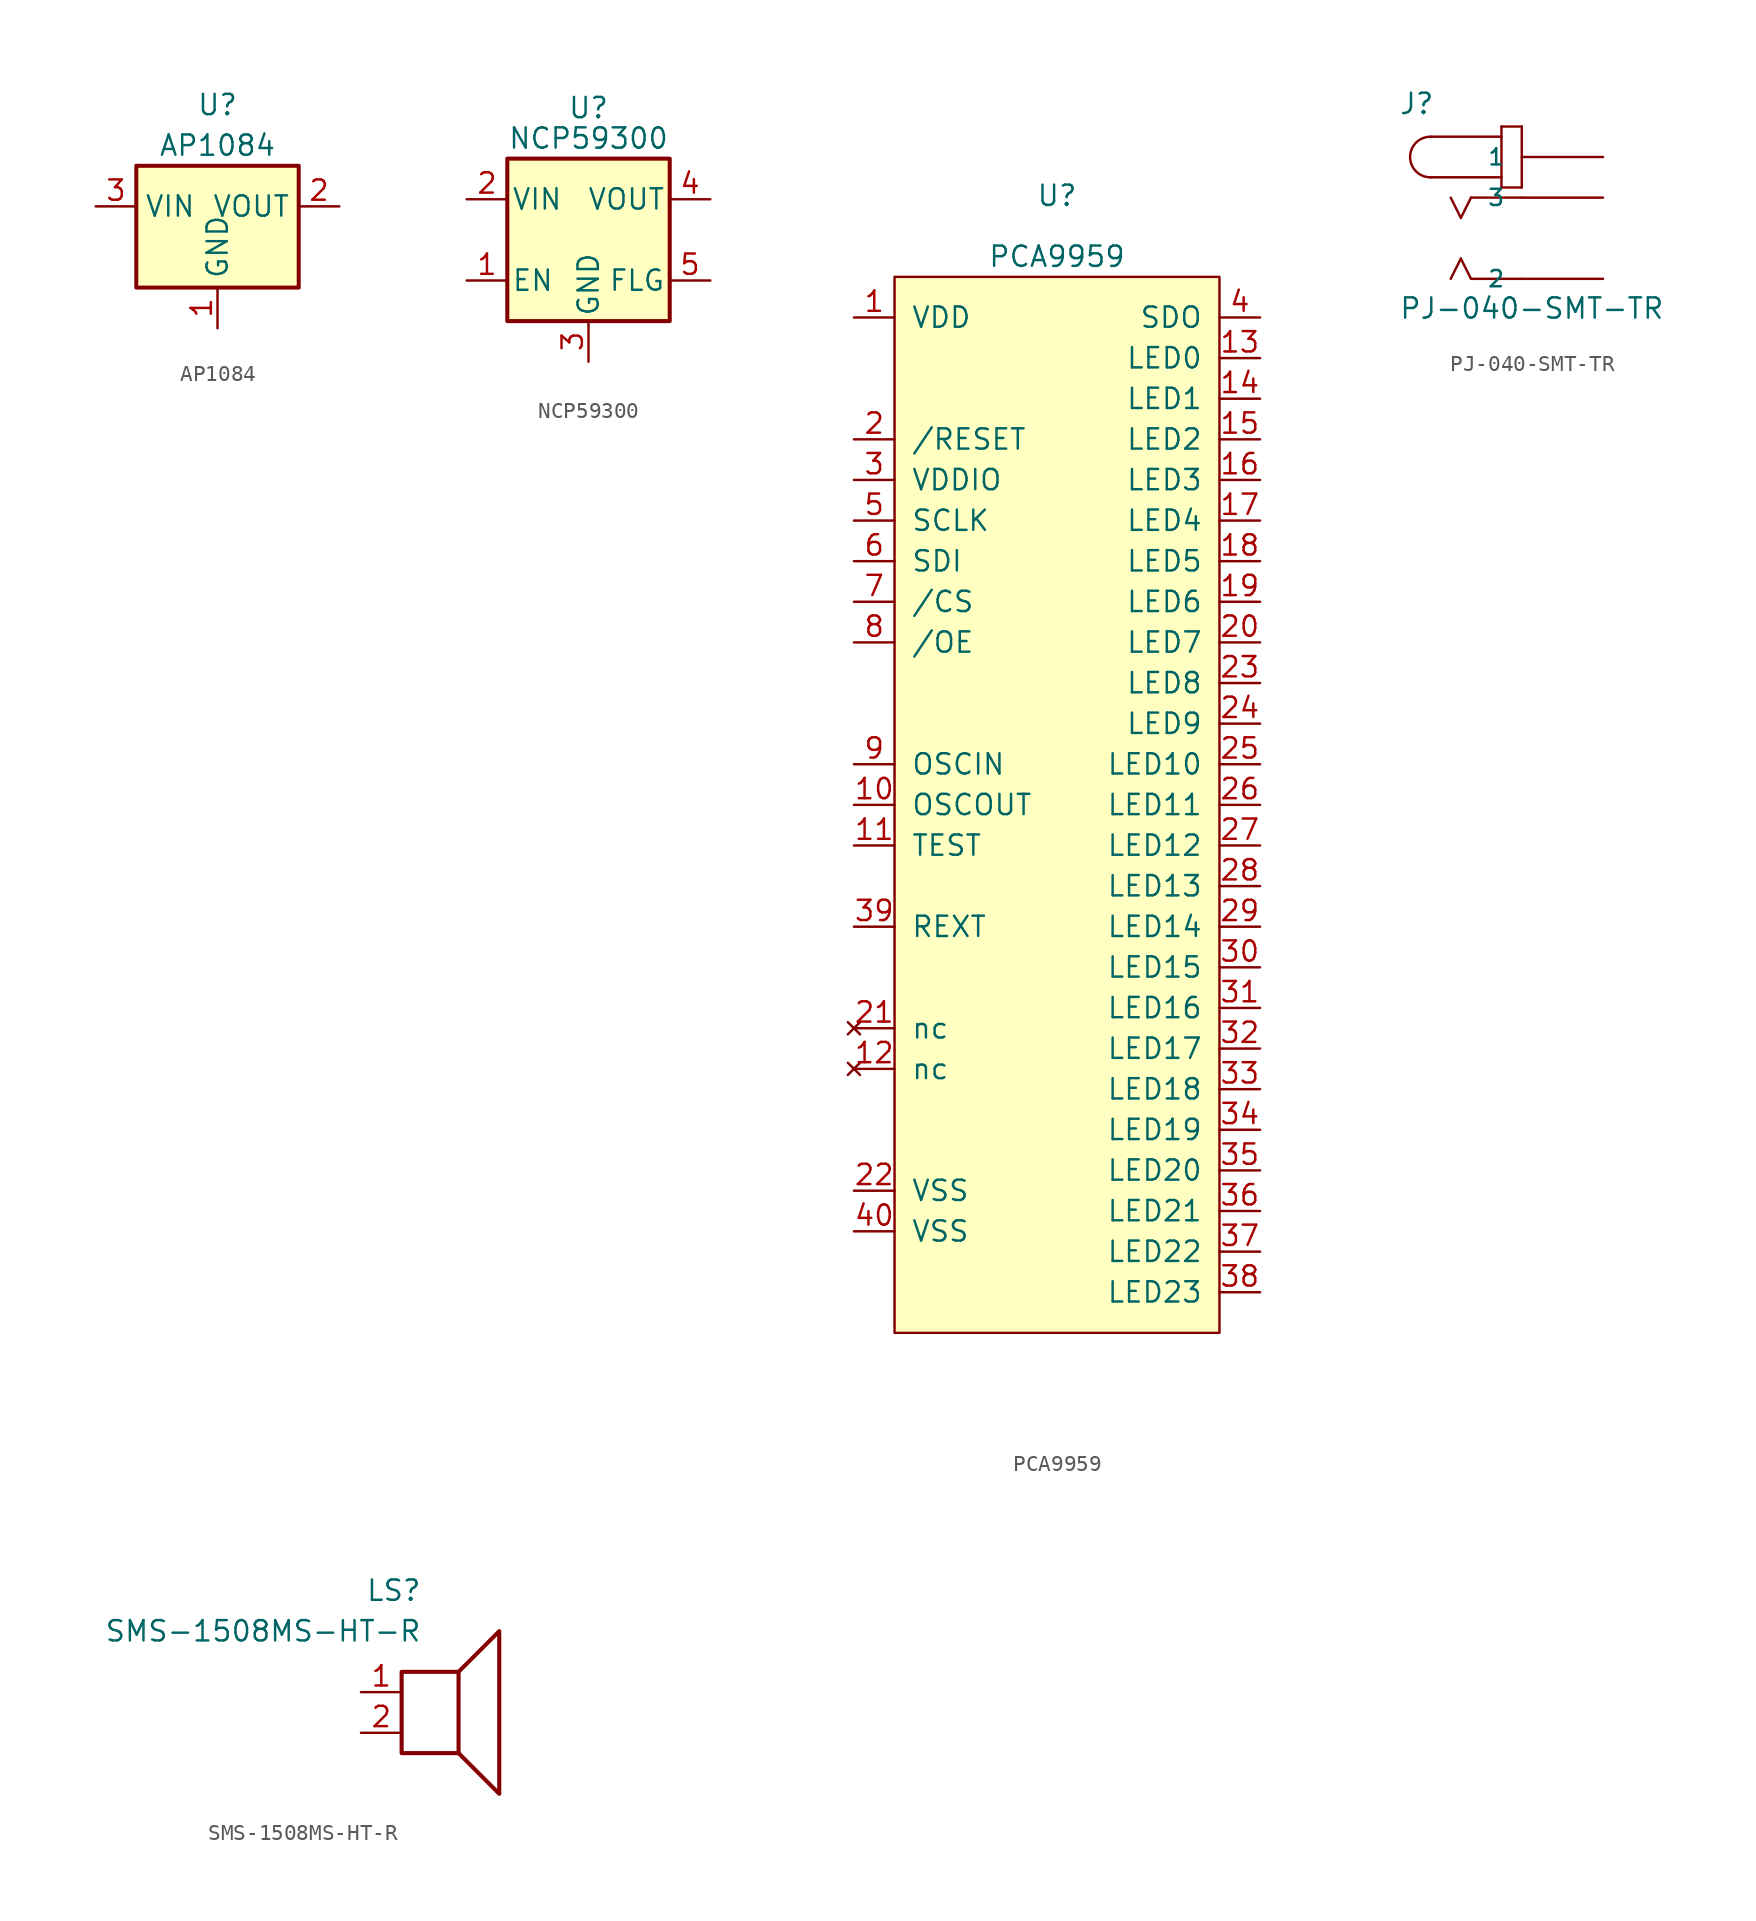
<source format=kicad_sym>
(kicad_symbol_lib
  (version 20211014)
  (generator kicad_symbol_editor)
  (symbol "AP1084"
    (property "Reference" "U"
      (at 0 7.62 0)
      (effects (font (size 1.27 1.27))))
    (property "Value" "AP1084"
      (at 0 5.08 0)
      (effects (font (size 1.27 1.27))))
    (symbol "AP1084_0_1"
      (rectangle (start -5.08 3.81) (end 5.08 -3.81) (stroke (width 0.25) (type default) (color 0 0 0 0)) (fill (type background))))
    (symbol "AP1084_1_1"
      (pin input line (at 0 -6.35 90) (length 2.54) (name "GND" (effects (font (size 1.27 1.27)))) (number "1" (effects (font (size 1.27 1.27)))))
      (pin input line (at 7.62 1.27 180) (length 2.54) (name "VOUT" (effects (font (size 1.27 1.27)))) (number "2" (effects (font (size 1.27 1.27)))))
      (pin input line (at -7.62 1.27 0) (length 2.54) (name "VIN" (effects (font (size 1.27 1.27)))) (number "3" (effects (font (size 1.27 1.27)))))))
  (symbol "NCP59300"
    (pin_names
      (offset 0.254))
    (property "Reference" "U"
      (at 0 8.255 0)
      (effects (font (size 1.27 1.27))))
    (property "Value" "NCP59300"
      (at 0 6.35 0)
      (effects (font (size 1.27 1.27))))
    (symbol "NCP59300_0_1"
      (rectangle (start -5.08 5.08) (end 5.08 -5.08) (stroke (width 0.254) (type default) (color 0 0 0 0)) (fill (type background))))
    (symbol "NCP59300_1_1"
      (pin input line (at -7.62 -2.54 0) (length 2.54) (name "EN" (effects (font (size 1.27 1.27)))) (number "1" (effects (font (size 1.27 1.27)))))
      (pin power_in line (at -7.62 2.54 0) (length 2.54) (name "VIN" (effects (font (size 1.27 1.27)))) (number "2" (effects (font (size 1.27 1.27)))))
      (pin power_in line (at 0 -7.62 90) (length 2.54) (name "GND" (effects (font (size 1.27 1.27)))) (number "3" (effects (font (size 1.27 1.27)))))
      (pin power_out line (at 7.62 2.54 180) (length 2.54) (name "VOUT" (effects (font (size 1.27 1.27)))) (number "4" (effects (font (size 1.27 1.27)))))
      (pin output line (at 7.62 -2.54 180) (length 2.54) (name "FLG" (effects (font (size 1.27 1.27)))) (number "5" (effects (font (size 1.27 1.27)))))))
  (symbol "PCA9959"
    (pin_names
      (offset 1.016))
    (property "Reference" "U"
      (at 0 40.64 0)
      (effects (font (size 1.27 1.27))))
    (property "Value" "PCA9959"
      (at 0 36.83 0)
      (effects (font (size 1.27 1.27))))
    (symbol "PCA9959_0_1"
      (rectangle (start -10.16 35.56) (end 10.16 -30.48) (stroke (width 0) (type default) (color 0 0 0 0)) (fill (type background))))
    (symbol "PCA9959_1_1"
      (pin input line (at -12.7 33.02 0) (length 2.54) (name "VDD" (effects (font (size 1.27 1.27)))) (number "1" (effects (font (size 1.27 1.27)))))
      (pin input line (at -12.7 2.54 0) (length 2.54) (name "OSCOUT" (effects (font (size 1.27 1.27)))) (number "10" (effects (font (size 1.27 1.27)))))
      (pin input line (at -12.7 0 0) (length 2.54) (name "TEST" (effects (font (size 1.27 1.27)))) (number "11" (effects (font (size 1.27 1.27)))))
      (pin no_connect line (at -12.7 -13.97 0) (length 2.54) (name "nc" (effects (font (size 1.27 1.27)))) (number "12" (effects (font (size 1.27 1.27)))))
      (pin output line (at 12.7 30.48 180) (length 2.54) (name "LED0" (effects (font (size 1.27 1.27)))) (number "13" (effects (font (size 1.27 1.27)))))
      (pin output line (at 12.7 27.94 180) (length 2.54) (name "LED1" (effects (font (size 1.27 1.27)))) (number "14" (effects (font (size 1.27 1.27)))))
      (pin output line (at 12.7 25.4 180) (length 2.54) (name "LED2" (effects (font (size 1.27 1.27)))) (number "15" (effects (font (size 1.27 1.27)))))
      (pin output line (at 12.7 22.86 180) (length 2.54) (name "LED3" (effects (font (size 1.27 1.27)))) (number "16" (effects (font (size 1.27 1.27)))))
      (pin output line (at 12.7 20.32 180) (length 2.54) (name "LED4" (effects (font (size 1.27 1.27)))) (number "17" (effects (font (size 1.27 1.27)))))
      (pin output line (at 12.7 17.78 180) (length 2.54) (name "LED5" (effects (font (size 1.27 1.27)))) (number "18" (effects (font (size 1.27 1.27)))))
      (pin output line (at 12.7 15.24 180) (length 2.54) (name "LED6" (effects (font (size 1.27 1.27)))) (number "19" (effects (font (size 1.27 1.27)))))
      (pin input line (at -12.7 25.4 0) (length 2.54) (name "/RESET" (effects (font (size 1.27 1.27)))) (number "2" (effects (font (size 1.27 1.27)))))
      (pin output line (at 12.7 12.7 180) (length 2.54) (name "LED7" (effects (font (size 1.27 1.27)))) (number "20" (effects (font (size 1.27 1.27)))))
      (pin no_connect line (at -12.7 -11.43 0) (length 2.54) (name "nc" (effects (font (size 1.27 1.27)))) (number "21" (effects (font (size 1.27 1.27)))))
      (pin input line (at -12.7 -21.59 0) (length 2.54) (name "VSS" (effects (font (size 1.27 1.27)))) (number "22" (effects (font (size 1.27 1.27)))))
      (pin output line (at 12.7 10.16 180) (length 2.54) (name "LED8" (effects (font (size 1.27 1.27)))) (number "23" (effects (font (size 1.27 1.27)))))
      (pin output line (at 12.7 7.62 180) (length 2.54) (name "LED9" (effects (font (size 1.27 1.27)))) (number "24" (effects (font (size 1.27 1.27)))))
      (pin output line (at 12.7 5.08 180) (length 2.54) (name "LED10" (effects (font (size 1.27 1.27)))) (number "25" (effects (font (size 1.27 1.27)))))
      (pin output line (at 12.7 2.54 180) (length 2.54) (name "LED11" (effects (font (size 1.27 1.27)))) (number "26" (effects (font (size 1.27 1.27)))))
      (pin output line (at 12.7 0 180) (length 2.54) (name "LED12" (effects (font (size 1.27 1.27)))) (number "27" (effects (font (size 1.27 1.27)))))
      (pin output line (at 12.7 -2.54 180) (length 2.54) (name "LED13" (effects (font (size 1.27 1.27)))) (number "28" (effects (font (size 1.27 1.27)))))
      (pin output line (at 12.7 -5.08 180) (length 2.54) (name "LED14" (effects (font (size 1.27 1.27)))) (number "29" (effects (font (size 1.27 1.27)))))
      (pin input line (at -12.7 22.86 0) (length 2.54) (name "VDDIO" (effects (font (size 1.27 1.27)))) (number "3" (effects (font (size 1.27 1.27)))))
      (pin output line (at 12.7 -7.62 180) (length 2.54) (name "LED15" (effects (font (size 1.27 1.27)))) (number "30" (effects (font (size 1.27 1.27)))))
      (pin output line (at 12.7 -10.16 180) (length 2.54) (name "LED16" (effects (font (size 1.27 1.27)))) (number "31" (effects (font (size 1.27 1.27)))))
      (pin output line (at 12.7 -12.7 180) (length 2.54) (name "LED17" (effects (font (size 1.27 1.27)))) (number "32" (effects (font (size 1.27 1.27)))))
      (pin output line (at 12.7 -15.24 180) (length 2.54) (name "LED18" (effects (font (size 1.27 1.27)))) (number "33" (effects (font (size 1.27 1.27)))))
      (pin output line (at 12.7 -17.78 180) (length 2.54) (name "LED19" (effects (font (size 1.27 1.27)))) (number "34" (effects (font (size 1.27 1.27)))))
      (pin output line (at 12.7 -20.32 180) (length 2.54) (name "LED20" (effects (font (size 1.27 1.27)))) (number "35" (effects (font (size 1.27 1.27)))))
      (pin output line (at 12.7 -22.86 180) (length 2.54) (name "LED21" (effects (font (size 1.27 1.27)))) (number "36" (effects (font (size 1.27 1.27)))))
      (pin output line (at 12.7 -25.4 180) (length 2.54) (name "LED22" (effects (font (size 1.27 1.27)))) (number "37" (effects (font (size 1.27 1.27)))))
      (pin output line (at 12.7 -27.94 180) (length 2.54) (name "LED23" (effects (font (size 1.27 1.27)))) (number "38" (effects (font (size 1.27 1.27)))))
      (pin input line (at -12.7 -5.08 0) (length 2.54) (name "REXT" (effects (font (size 1.27 1.27)))) (number "39" (effects (font (size 1.27 1.27)))))
      (pin input line (at 12.7 33.02 180) (length 2.54) (name "SDO" (effects (font (size 1.27 1.27)))) (number "4" (effects (font (size 1.27 1.27)))))
      (pin input line (at -12.7 -24.13 0) (length 2.54) (name "VSS" (effects (font (size 1.27 1.27)))) (number "40" (effects (font (size 1.27 1.27)))))
      (pin input line (at -12.7 20.32 0) (length 2.54) (name "SCLK" (effects (font (size 1.27 1.27)))) (number "5" (effects (font (size 1.27 1.27)))))
      (pin input line (at -12.7 17.78 0) (length 2.54) (name "SDI" (effects (font (size 1.27 1.27)))) (number "6" (effects (font (size 1.27 1.27)))))
      (pin input line (at -12.7 15.24 0) (length 2.54) (name "/CS" (effects (font (size 1.27 1.27)))) (number "7" (effects (font (size 1.27 1.27)))))
      (pin input line (at -12.7 12.7 0) (length 2.54) (name "/OE" (effects (font (size 1.27 1.27)))) (number "8" (effects (font (size 1.27 1.27)))))
      (pin input line (at -12.7 5.08 0) (length 2.54) (name "OSCIN" (effects (font (size 1.27 1.27)))) (number "9" (effects (font (size 1.27 1.27)))))))
  (symbol "PJ-040-SMT-TR"
    (pin_numbers hide)
    (pin_names
      (offset 1.016))
    (property "Reference" "J"
      (at -7.696 5.131 0)
      (effects (font (size 1.27 1.27)) (justify left bottom)))
    (property "Value" "PJ-040-SMT-TR"
      (at -7.696 -7.671 0)
      (effects (font (size 1.27 1.27)) (justify left bottom)))
    (property "ki_locked" ""
      (at 0 0 0)
      (effects (font (size 1.27 1.27))))
    (symbol "PJ-040-SMT-TR_0_0"
      (arc (start -5.715 3.81) (mid -6.985 2.54) (end -5.715 1.27) (stroke (width 0.1524) (type default) (color 0 0 0 0)) (fill (type none)))
      (polyline (pts (xy -5.715 3.81) (xy -1.27 3.81)) (stroke (width 0.152) (type default) (color 0 0 0 0)) (fill (type none)))
      (polyline (pts (xy -3.81 -3.81) (xy -4.445 -5.08)) (stroke (width 0.152) (type default) (color 0 0 0 0)) (fill (type none)))
      (polyline (pts (xy -3.81 -1.27) (xy -4.445 0)) (stroke (width 0.152) (type default) (color 0 0 0 0)) (fill (type none)))
      (polyline (pts (xy -3.175 -5.08) (xy -3.81 -3.81)) (stroke (width 0.152) (type default) (color 0 0 0 0)) (fill (type none)))
      (polyline (pts (xy -3.175 0) (xy -3.81 -1.27)) (stroke (width 0.152) (type default) (color 0 0 0 0)) (fill (type none)))
      (polyline (pts (xy -1.27 0.635) (xy 0 0.635)) (stroke (width 0.152) (type default) (color 0 0 0 0)) (fill (type none)))
      (polyline (pts (xy -1.27 1.27) (xy -5.715 1.27)) (stroke (width 0.152) (type default) (color 0 0 0 0)) (fill (type none)))
      (polyline (pts (xy -1.27 1.27) (xy -1.27 0.635)) (stroke (width 0.152) (type default) (color 0 0 0 0)) (fill (type none)))
      (polyline (pts (xy -1.27 3.81) (xy -1.27 1.27)) (stroke (width 0.152) (type default) (color 0 0 0 0)) (fill (type none)))
      (polyline (pts (xy -1.27 4.445) (xy -1.27 3.81)) (stroke (width 0.152) (type default) (color 0 0 0 0)) (fill (type none)))
      (polyline (pts (xy 0 -5.08) (xy -3.175 -5.08)) (stroke (width 0.152) (type default) (color 0 0 0 0)) (fill (type none)))
      (polyline (pts (xy 0 0) (xy -3.175 0)) (stroke (width 0.152) (type default) (color 0 0 0 0)) (fill (type none)))
      (polyline (pts (xy 0 0.635) (xy 0 4.445)) (stroke (width 0.152) (type default) (color 0 0 0 0)) (fill (type none)))
      (polyline (pts (xy 0 4.445) (xy -1.27 4.445)) (stroke (width 0.152) (type default) (color 0 0 0 0)) (fill (type none)))
      (pin passive line (at 5.08 2.54 180) (length 5.08) (name "1" (effects (font (size 1.016 1.016)))) (number "1" (effects (font (size 1.016 1.016)))))
      (pin passive line (at 5.08 -5.08 180) (length 5.08) (name "2" (effects (font (size 1.016 1.016)))) (number "2" (effects (font (size 1.016 1.016)))))
      (pin passive line (at 5.08 0 180) (length 5.08) (name "3" (effects (font (size 1.016 1.016)))) (number "3" (effects (font (size 1.016 1.016)))))))
  (symbol "SMS-1508MS-HT-R"
    (pin_names
      (offset 0) hide)
    (property "Reference" "LS"
      (at -1.27 6.35 0)
      (effects (font (size 1.27 1.27)) (justify right)))
    (property "Value" "SMS-1508MS-HT-R"
      (at -1.27 3.81 0)
      (effects (font (size 1.27 1.27)) (justify right)))
    (symbol "SMS-1508MS-HT-R_0_0"
      (rectangle (start -2.54 1.27) (end 1.016 -3.81) (stroke (width 0.254) (type default) (color 0 0 0 0)) (fill (type none)))
      (polyline (pts (xy 1.016 1.27) (xy 3.556 3.81) (xy 3.556 -6.35) (xy 1.016 -3.81)) (stroke (width 0.254) (type default) (color 0 0 0 0)) (fill (type none))))
    (symbol "SMS-1508MS-HT-R_1_1"
      (pin input line (at -5.08 0 0) (length 2.54) (name "1" (effects (font (size 1.27 1.27)))) (number "1" (effects (font (size 1.27 1.27)))))
      (pin input line (at -5.08 -2.54 0) (length 2.54) (name "2" (effects (font (size 1.27 1.27)))) (number "2" (effects (font (size 1.27 1.27)))))
      (pin no_connect line (at 0 3.81 270) (length 2.54) hide (name "3" (effects (font (size 1.27 1.27)))) (number "3" (effects (font (size 1.27 1.27)))))
      (pin no_connect line (at 0 -6.35 90) (length 2.54) hide (name "4" (effects (font (size 1.27 1.27)))) (number "4" (effects (font (size 1.27 1.27))))))))
</source>
